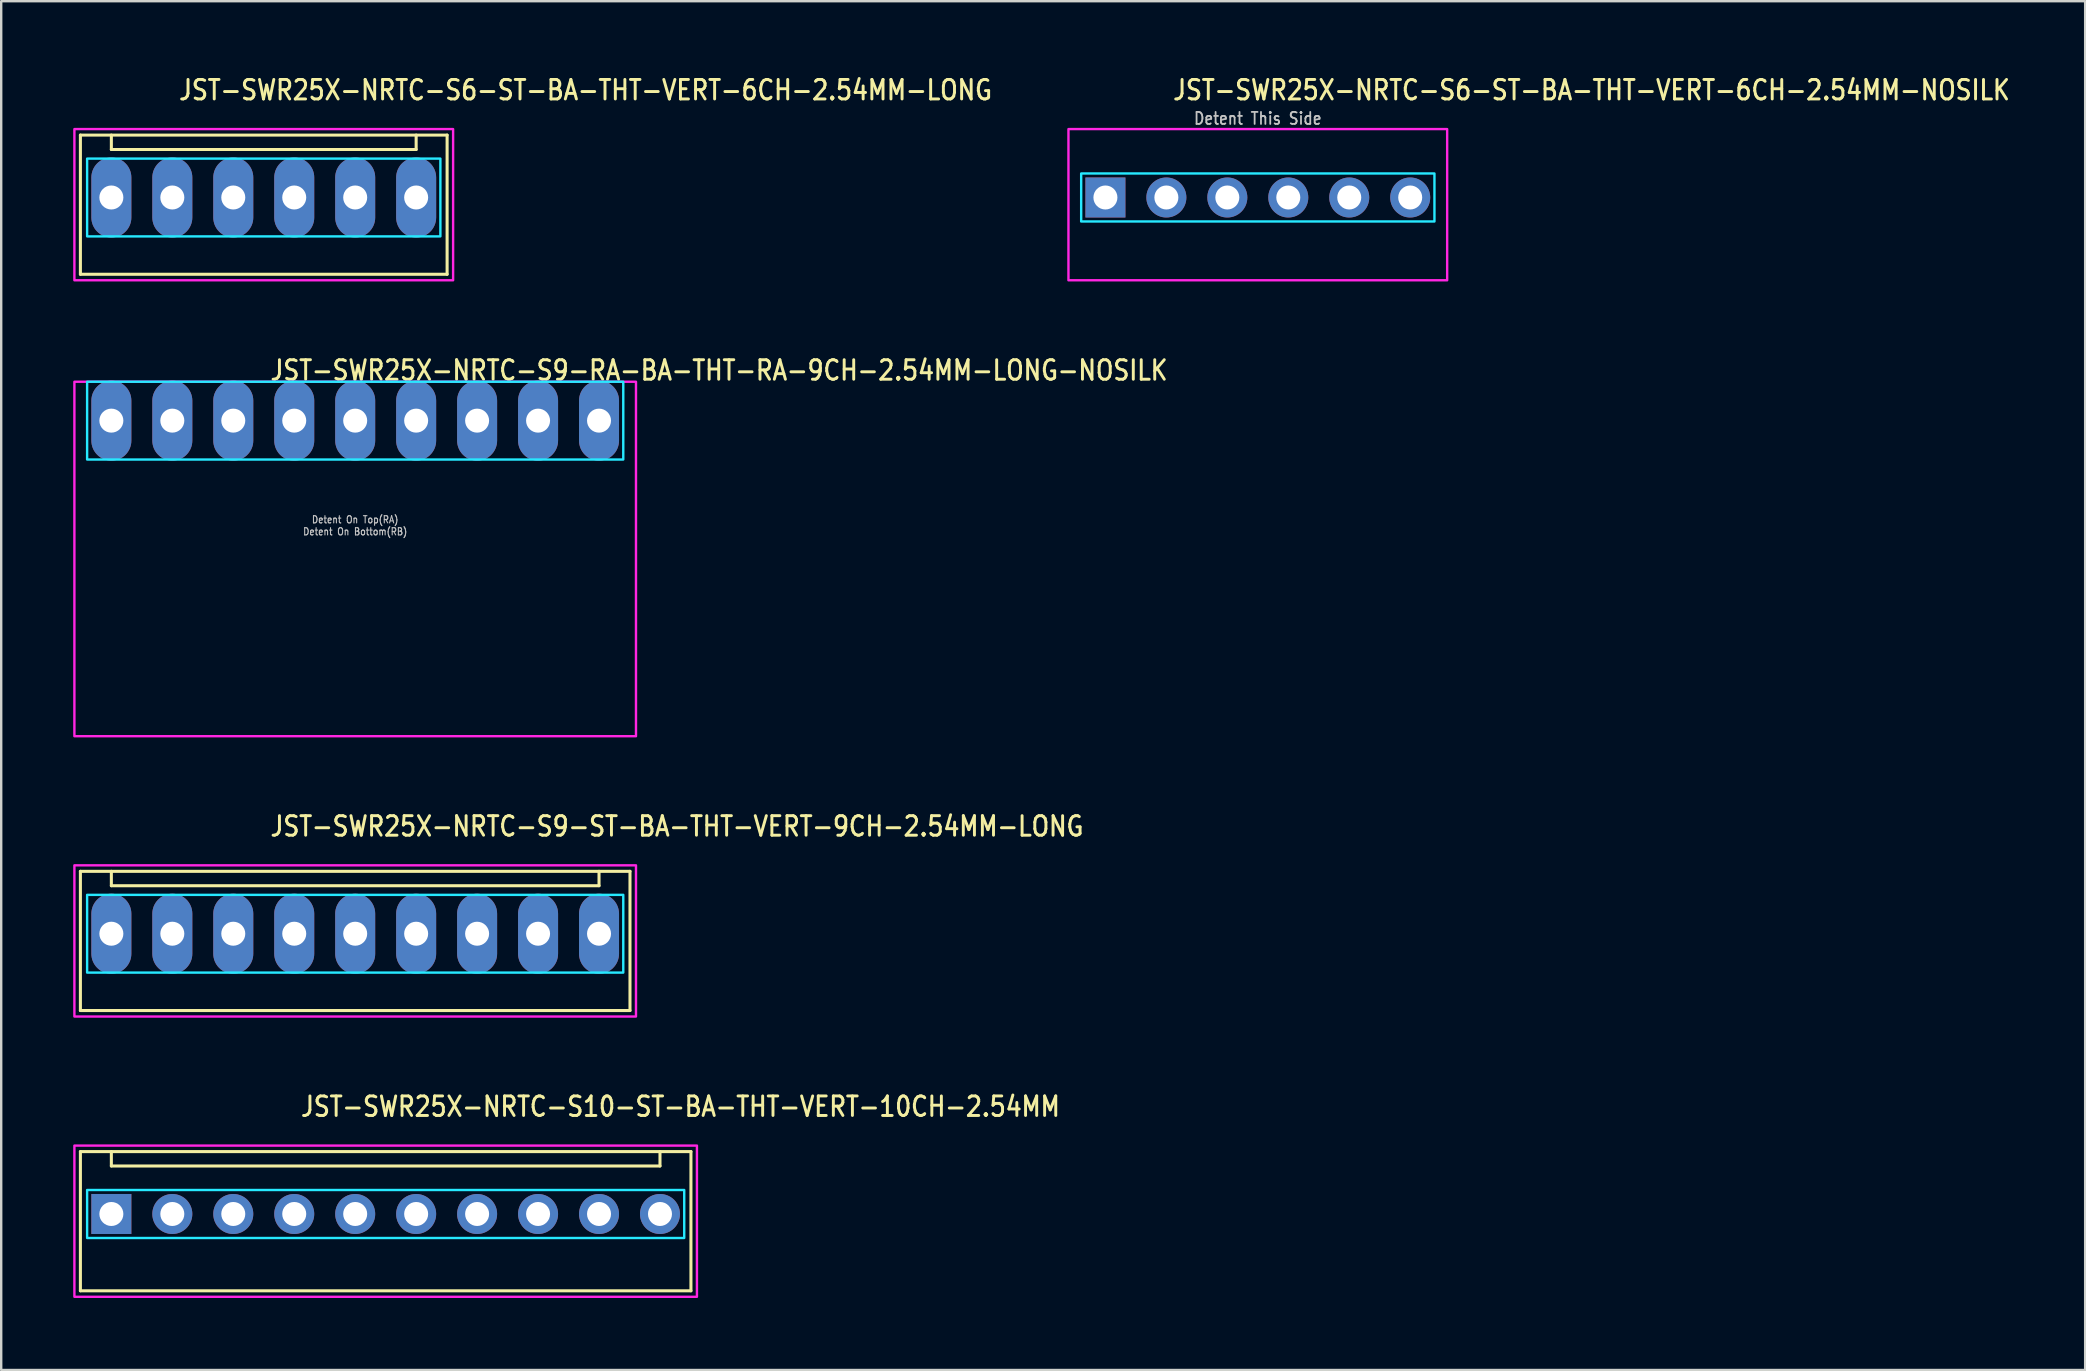
<source format=kicad_pcb>
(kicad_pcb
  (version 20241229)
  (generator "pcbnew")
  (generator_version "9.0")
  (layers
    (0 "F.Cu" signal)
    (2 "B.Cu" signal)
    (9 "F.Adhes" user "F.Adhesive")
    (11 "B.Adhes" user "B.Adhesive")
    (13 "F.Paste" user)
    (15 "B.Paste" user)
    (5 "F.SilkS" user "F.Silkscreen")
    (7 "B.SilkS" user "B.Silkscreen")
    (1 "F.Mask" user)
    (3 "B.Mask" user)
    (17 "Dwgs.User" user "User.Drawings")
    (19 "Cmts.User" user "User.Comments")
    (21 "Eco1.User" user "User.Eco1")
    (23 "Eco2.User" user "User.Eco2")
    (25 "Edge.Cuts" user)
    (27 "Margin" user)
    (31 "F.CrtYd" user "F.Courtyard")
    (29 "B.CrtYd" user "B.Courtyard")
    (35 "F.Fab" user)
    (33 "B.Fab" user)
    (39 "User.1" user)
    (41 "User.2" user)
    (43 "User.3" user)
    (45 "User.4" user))
  (footprint "JST-SWR25X-NRTC-S6-ST-BA-THT-VERT-6CH-2.54MM-LONG"
    (layer "F.Cu")
    (at 7.94 5.179)
    (property "Reference" "JST-SWR25X-NRTC-S6-ST-BA-THT-VERT-6CH-2.54MM-LONG" (at -3.6 -4 0) (unlocked yes) (layer "F.SilkS") (effects (font (size 0.813 0.695) (thickness 0.122)) (justify left bottom)))
    (fp_line (start -7.64 -2.6) (end 7.64 -2.6) (stroke (width 0.127) (type solid)) (layer "F.SilkS"))
    (fp_line (start -7.64 3.2) (end -7.64 -2.6) (stroke (width 0.127) (type solid)) (layer "F.SilkS"))
    (fp_line (start -7.64 3.2) (end 7.64 3.2) (stroke (width 0.127) (type solid)) (layer "F.SilkS"))
    (fp_line (start -6.35 -2.6) (end -6.35 -2) (stroke (width 0.127) (type solid)) (layer "F.SilkS"))
    (fp_line (start -6.35 -2) (end 6.35 -2) (stroke (width 0.127) (type solid)) (layer "F.SilkS"))
    (fp_line (start 6.35 -2.6) (end 6.35 -2) (stroke (width 0.127) (type solid)) (layer "F.SilkS"))
    (fp_line (start 7.64 -2.6) (end 7.64 3.2) (stroke (width 0.127) (type solid)) (layer "F.SilkS"))
    (fp_poly (pts (xy -7.36 -1.62) (xy -7.36 1.62) (xy 7.36 1.62) (xy 7.36 -1.62)) (stroke (width 0.1) (type solid)) (fill no) (layer "B.CrtYd"))
    (fp_poly (pts (xy -7.89 -2.85) (xy -7.89 3.45) (xy 7.89 3.45) (xy 7.89 -2.85)) (stroke (width 0.1) (type solid)) (fill no) (layer "F.CrtYd"))
    (pad "P$1" thru_hole oval (at -6.35 0 90) (size 3.333 1.667) (drill 1) (layers "*.Cu" "*.Mask"))
    (pad "P$2" thru_hole oval (at -3.81 0 90) (size 3.333 1.667) (drill 1) (layers "*.Cu" "*.Mask"))
    (pad "P$3" thru_hole oval (at -1.27 0 90) (size 3.333 1.667) (drill 1) (layers "*.Cu" "*.Mask"))
    (pad "P$4" thru_hole oval (at 1.27 0 90) (size 3.333 1.667) (drill 1) (layers "*.Cu" "*.Mask"))
    (pad "P$5" thru_hole oval (at 3.81 0 90) (size 3.333 1.667) (drill 1) (layers "*.Cu" "*.Mask"))
    (pad "P$6" thru_hole oval (at 6.35 0 90) (size 3.333 1.667) (drill 1) (layers "*.Cu" "*.Mask")))
  (footprint "JST-SWR25X-NRTC-S9-RA-BA-THT-RA-9CH-2.54MM-LONG-NOSILK"
    (layer "F.Cu")
    (at 11.75 14.477)
    (property "Reference" "JST-SWR25X-NRTC-S9-RA-BA-THT-RA-9CH-2.54MM-LONG-NOSILK" (at -3.6 -1.62 0) (unlocked yes) (layer "F.SilkS") (effects (font (size 0.813 0.695) (thickness 0.122)) (justify left bottom)))
    (fp_poly (pts (xy -11.17 -1.62) (xy -11.17 1.62) (xy 11.17 1.62) (xy 11.17 -1.62)) (stroke (width 0.1) (type solid)) (fill no) (layer "B.CrtYd"))
    (fp_poly (pts (xy -11.7 -1.62) (xy -11.7 13.15) (xy 11.7 13.15) (xy 11.7 -1.62)) (stroke (width 0.1) (type solid)) (fill no) (layer "F.CrtYd"))
    (fp_text user "Detent On Top(RA)" (at 0 4.3 0) (unlocked yes) (layer "Dwgs.User") (effects (font (size 0.3 0.257) (thickness 0.045)) (justify bottom)))
    (fp_text user "Detent On Bottom(RB)" (at 0 4.8 0) (unlocked yes) (layer "Dwgs.User") (effects (font (size 0.3 0.257) (thickness 0.045)) (justify bottom)))
    (pad "P$1" thru_hole oval (at -10.16 0 90) (size 3.333 1.667) (drill 1) (layers "*.Cu" "*.Mask"))
    (pad "P$2" thru_hole oval (at -7.62 0 90) (size 3.333 1.667) (drill 1) (layers "*.Cu" "*.Mask"))
    (pad "P$3" thru_hole oval (at -5.08 0 90) (size 3.333 1.667) (drill 1) (layers "*.Cu" "*.Mask"))
    (pad "P$4" thru_hole oval (at -2.54 0 90) (size 3.333 1.667) (drill 1) (layers "*.Cu" "*.Mask"))
    (pad "P$5" thru_hole oval (at 0 0 90) (size 3.333 1.667) (drill 1) (layers "*.Cu" "*.Mask"))
    (pad "P$6" thru_hole oval (at 2.54 0 90) (size 3.333 1.667) (drill 1) (layers "*.Cu" "*.Mask"))
    (pad "P$7" thru_hole oval (at 5.08 0 90) (size 3.333 1.667) (drill 1) (layers "*.Cu" "*.Mask"))
    (pad "P$8" thru_hole oval (at 7.62 0 90) (size 3.333 1.667) (drill 1) (layers "*.Cu" "*.Mask"))
    (pad "P$9" thru_hole oval (at 10.16 0 90) (size 3.333 1.667) (drill 1) (layers "*.Cu" "*.Mask")))
  (footprint "JST-SWR25X-NRTC-S6-ST-BA-THT-VERT-6CH-2.54MM-NOSILK"
    (layer "F.Cu")
    (at 49.36 5.179)
    (property "Reference" "JST-SWR25X-NRTC-S6-ST-BA-THT-VERT-6CH-2.54MM-NOSILK" (at -3.6 -4 0) (unlocked yes) (layer "F.SilkS") (effects (font (size 0.813 0.695) (thickness 0.122)) (justify left bottom)))
    (fp_poly (pts (xy -7.36 -1) (xy -7.36 1) (xy 7.36 1) (xy 7.36 -1)) (stroke (width 0.1) (type solid)) (fill no) (layer "B.CrtYd"))
    (fp_poly (pts (xy -7.89 -2.85) (xy -7.89 3.45) (xy 7.89 3.45) (xy 7.89 -2.85)) (stroke (width 0.1) (type solid)) (fill no) (layer "F.CrtYd"))
    (fp_text user "Detent This Side" (at 0 -3 0) (unlocked yes) (layer "Dwgs.User") (effects (font (size 0.5 0.427) (thickness 0.075)) (justify bottom)))
    (pad "P$1" thru_hole rect (at -6.35 0) (size 1.667 1.667) (drill 1) (layers "*.Cu" "*.Mask"))
    (pad "P$2" thru_hole oval (at -3.81 0) (size 1.667 1.667) (drill 1) (layers "*.Cu" "*.Mask"))
    (pad "P$3" thru_hole oval (at -1.27 0) (size 1.667 1.667) (drill 1) (layers "*.Cu" "*.Mask"))
    (pad "P$4" thru_hole oval (at 1.27 0) (size 1.667 1.667) (drill 1) (layers "*.Cu" "*.Mask"))
    (pad "P$5" thru_hole oval (at 3.81 0) (size 1.667 1.667) (drill 1) (layers "*.Cu" "*.Mask"))
    (pad "P$6" thru_hole oval (at 6.35 0) (size 1.667 1.667) (drill 1) (layers "*.Cu" "*.Mask")))
  (footprint "JST-SWR25X-NRTC-S9-ST-BA-THT-VERT-9CH-2.54MM-LONG"
    (layer "F.Cu")
    (at 11.75 35.856)
    (property "Reference" "JST-SWR25X-NRTC-S9-ST-BA-THT-VERT-9CH-2.54MM-LONG" (at -3.6 -4 0) (unlocked yes) (layer "F.SilkS") (effects (font (size 0.813 0.695) (thickness 0.122)) (justify left bottom)))
    (fp_line (start -11.45 -2.6) (end 11.45 -2.6) (stroke (width 0.127) (type solid)) (layer "F.SilkS"))
    (fp_line (start -11.45 3.2) (end -11.45 -2.6) (stroke (width 0.127) (type solid)) (layer "F.SilkS"))
    (fp_line (start -11.45 3.2) (end 11.45 3.2) (stroke (width 0.127) (type solid)) (layer "F.SilkS"))
    (fp_line (start -10.16 -2.6) (end -10.16 -2) (stroke (width 0.127) (type solid)) (layer "F.SilkS"))
    (fp_line (start -10.16 -2) (end 10.16 -2) (stroke (width 0.127) (type solid)) (layer "F.SilkS"))
    (fp_line (start 10.16 -2.6) (end 10.16 -2) (stroke (width 0.127) (type solid)) (layer "F.SilkS"))
    (fp_line (start 11.45 -2.6) (end 11.45 3.2) (stroke (width 0.127) (type solid)) (layer "F.SilkS"))
    (fp_poly (pts (xy -11.17 -1.62) (xy -11.17 1.62) (xy 11.17 1.62) (xy 11.17 -1.62)) (stroke (width 0.1) (type solid)) (fill no) (layer "B.CrtYd"))
    (fp_poly (pts (xy -11.7 -2.85) (xy -11.7 3.45) (xy 11.7 3.45) (xy 11.7 -2.85)) (stroke (width 0.1) (type solid)) (fill no) (layer "F.CrtYd"))
    (pad "P$1" thru_hole oval (at -10.16 0 90) (size 3.333 1.667) (drill 1) (layers "*.Cu" "*.Mask"))
    (pad "P$2" thru_hole oval (at -7.62 0 90) (size 3.333 1.667) (drill 1) (layers "*.Cu" "*.Mask"))
    (pad "P$3" thru_hole oval (at -5.08 0 90) (size 3.333 1.667) (drill 1) (layers "*.Cu" "*.Mask"))
    (pad "P$4" thru_hole oval (at -2.54 0 90) (size 3.333 1.667) (drill 1) (layers "*.Cu" "*.Mask"))
    (pad "P$5" thru_hole oval (at 0 0 90) (size 3.333 1.667) (drill 1) (layers "*.Cu" "*.Mask"))
    (pad "P$6" thru_hole oval (at 2.54 0 90) (size 3.333 1.667) (drill 1) (layers "*.Cu" "*.Mask"))
    (pad "P$7" thru_hole oval (at 5.08 0 90) (size 3.333 1.667) (drill 1) (layers "*.Cu" "*.Mask"))
    (pad "P$8" thru_hole oval (at 7.62 0 90) (size 3.333 1.667) (drill 1) (layers "*.Cu" "*.Mask"))
    (pad "P$9" thru_hole oval (at 10.16 0 90) (size 3.333 1.667) (drill 1) (layers "*.Cu" "*.Mask")))
  (footprint "JST-SWR25X-NRTC-S10-ST-BA-THT-VERT-10CH-2.54MM"
    (layer "F.Cu")
    (at 13.02 47.534)
    (property "Reference" "JST-SWR25X-NRTC-S10-ST-BA-THT-VERT-10CH-2.54MM" (at -3.6 -4 0) (unlocked yes) (layer "F.SilkS") (effects (font (size 0.813 0.695) (thickness 0.122)) (justify left bottom)))
    (fp_line (start -12.72 -2.6) (end 12.72 -2.6) (stroke (width 0.127) (type solid)) (layer "F.SilkS"))
    (fp_line (start -12.72 3.2) (end -12.72 -2.6) (stroke (width 0.127) (type solid)) (layer "F.SilkS"))
    (fp_line (start -12.72 3.2) (end 12.72 3.2) (stroke (width 0.127) (type solid)) (layer "F.SilkS"))
    (fp_line (start -11.43 -2.6) (end -11.43 -2) (stroke (width 0.127) (type solid)) (layer "F.SilkS"))
    (fp_line (start -11.43 -2) (end 11.43 -2) (stroke (width 0.127) (type solid)) (layer "F.SilkS"))
    (fp_line (start 11.43 -2.6) (end 11.43 -2) (stroke (width 0.127) (type solid)) (layer "F.SilkS"))
    (fp_line (start 12.72 -2.6) (end 12.72 3.2) (stroke (width 0.127) (type solid)) (layer "F.SilkS"))
    (fp_poly (pts (xy -12.44 -1) (xy -12.44 1) (xy 12.44 1) (xy 12.44 -1)) (stroke (width 0.1) (type solid)) (fill no) (layer "B.CrtYd"))
    (fp_poly (pts (xy -12.97 -2.85) (xy -12.97 3.45) (xy 12.97 3.45) (xy 12.97 -2.85)) (stroke (width 0.1) (type solid)) (fill no) (layer "F.CrtYd"))
    (pad "P$1" thru_hole rect (at -11.43 0) (size 1.667 1.667) (drill 1) (layers "*.Cu" "*.Mask"))
    (pad "P$2" thru_hole oval (at -8.89 0) (size 1.667 1.667) (drill 1) (layers "*.Cu" "*.Mask"))
    (pad "P$3" thru_hole oval (at -6.35 0) (size 1.667 1.667) (drill 1) (layers "*.Cu" "*.Mask"))
    (pad "P$4" thru_hole oval (at -3.81 0) (size 1.667 1.667) (drill 1) (layers "*.Cu" "*.Mask"))
    (pad "P$5" thru_hole oval (at -1.27 0) (size 1.667 1.667) (drill 1) (layers "*.Cu" "*.Mask"))
    (pad "P$6" thru_hole oval (at 1.27 0) (size 1.667 1.667) (drill 1) (layers "*.Cu" "*.Mask"))
    (pad "P$7" thru_hole oval (at 3.81 0) (size 1.667 1.667) (drill 1) (layers "*.Cu" "*.Mask"))
    (pad "P$8" thru_hole oval (at 6.35 0) (size 1.667 1.667) (drill 1) (layers "*.Cu" "*.Mask"))
    (pad "P$9" thru_hole oval (at 8.89 0) (size 1.667 1.667) (drill 1) (layers "*.Cu" "*.Mask"))
    (pad "P$10" thru_hole oval (at 11.43 0) (size 1.667 1.667) (drill 1) (layers "*.Cu" "*.Mask")))
  (gr_rect
    (start -3 -3)
    (end 83.834 54.034)
    (stroke (width 0.1) (type default))
    (fill no)
    (layer "Edge.Cuts")))
</source>
